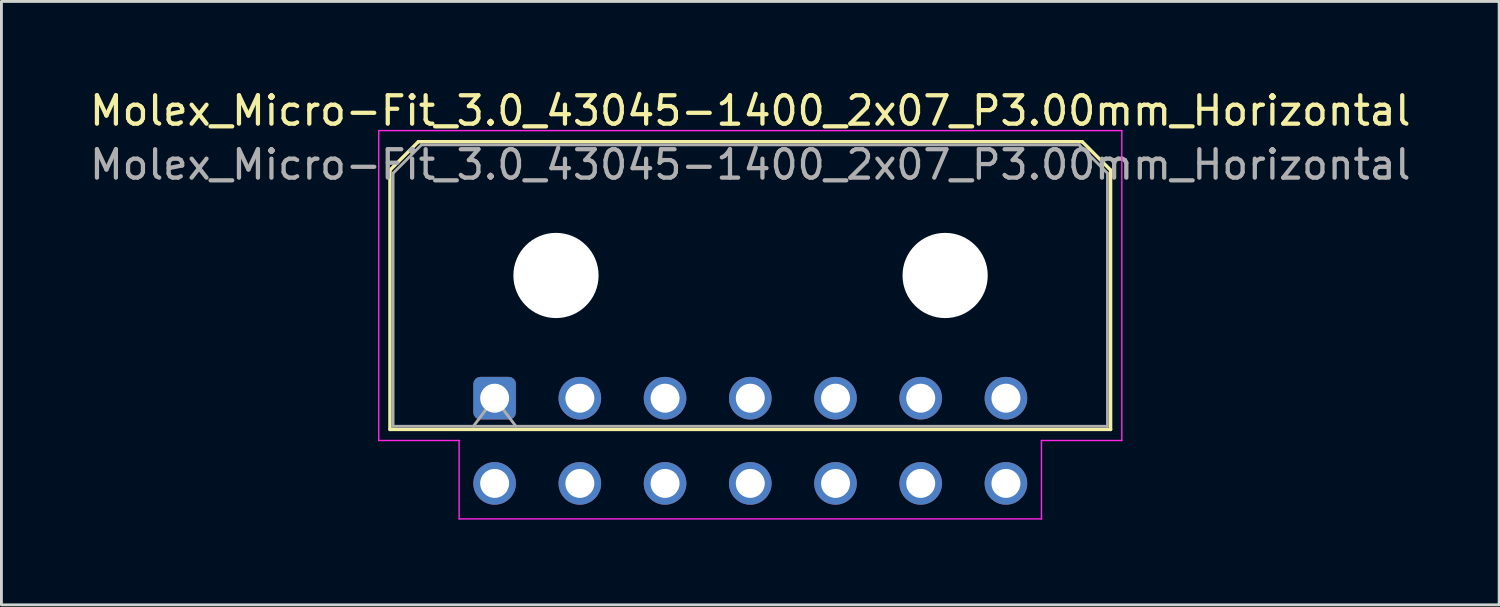
<source format=kicad_pcb>
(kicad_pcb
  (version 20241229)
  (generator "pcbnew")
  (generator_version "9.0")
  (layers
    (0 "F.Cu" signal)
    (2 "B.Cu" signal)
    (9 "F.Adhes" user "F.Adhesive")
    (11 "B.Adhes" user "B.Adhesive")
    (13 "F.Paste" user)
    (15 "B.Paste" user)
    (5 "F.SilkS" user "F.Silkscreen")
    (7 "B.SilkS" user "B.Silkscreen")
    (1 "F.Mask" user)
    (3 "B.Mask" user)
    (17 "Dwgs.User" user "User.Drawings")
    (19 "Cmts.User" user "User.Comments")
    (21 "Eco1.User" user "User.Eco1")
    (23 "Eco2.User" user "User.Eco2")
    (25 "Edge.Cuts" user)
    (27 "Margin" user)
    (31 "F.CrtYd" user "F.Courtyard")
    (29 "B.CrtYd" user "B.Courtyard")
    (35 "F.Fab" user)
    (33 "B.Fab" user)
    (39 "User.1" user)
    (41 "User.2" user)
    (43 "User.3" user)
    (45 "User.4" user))
  (footprint "Molex_Micro-Fit_3.0_43045-1400_2x07_P3.00mm_Horizontal"
    (layer "F.Cu")
    (at 14.363 10.968)
    (property "Reference" "Molex_Micro-Fit_3.0_43045-1400_2x07_P3.00mm_Horizontal" (at 9 -10.12 0) (layer "F.SilkS") (effects (font (size 1 1) (thickness 0.15))))
    (attr through_hole)
    (fp_line (start -3.685 -8.03) (end -2.685 -9.03) (stroke (width 0.12) (type solid)) (layer "F.SilkS"))
    (fp_line (start -3.685 1.1) (end -3.685 -8.03) (stroke (width 0.12) (type solid)) (layer "F.SilkS"))
    (fp_line (start -2.685 -9.03) (end 20.685 -9.03) (stroke (width 0.12) (type solid)) (layer "F.SilkS"))
    (fp_line (start 20.685 -9.03) (end 21.685 -8.03) (stroke (width 0.12) (type solid)) (layer "F.SilkS"))
    (fp_line (start 21.685 -8.03) (end 21.685 1.1) (stroke (width 0.12) (type solid)) (layer "F.SilkS"))
    (fp_line (start 21.685 1.1) (end -3.685 1.1) (stroke (width 0.12) (type solid)) (layer "F.SilkS"))
    (fp_line (start -4.08 -9.42) (end 22.08 -9.42) (stroke (width 0.05) (type solid)) (layer "F.CrtYd"))
    (fp_line (start -4.08 1.49) (end -4.08 -9.42) (stroke (width 0.05) (type solid)) (layer "F.CrtYd"))
    (fp_line (start -1.25 1.49) (end -4.08 1.49) (stroke (width 0.05) (type solid)) (layer "F.CrtYd"))
    (fp_line (start -1.25 4.25) (end -1.25 1.49) (stroke (width 0.05) (type solid)) (layer "F.CrtYd"))
    (fp_line (start 19.25 1.49) (end 19.25 4.25) (stroke (width 0.05) (type solid)) (layer "F.CrtYd"))
    (fp_line (start 19.25 4.25) (end -1.25 4.25) (stroke (width 0.05) (type solid)) (layer "F.CrtYd"))
    (fp_line (start 22.08 -9.42) (end 22.08 1.49) (stroke (width 0.05) (type solid)) (layer "F.CrtYd"))
    (fp_line (start 22.08 1.49) (end 19.25 1.49) (stroke (width 0.05) (type solid)) (layer "F.CrtYd"))
    (fp_line (start -3.575 -7.92) (end -2.575 -8.92) (stroke (width 0.1) (type solid)) (layer "F.Fab"))
    (fp_line (start -3.575 0.99) (end -3.575 -7.92) (stroke (width 0.1) (type solid)) (layer "F.Fab"))
    (fp_line (start -2.575 -8.92) (end 20.575 -8.92) (stroke (width 0.1) (type solid)) (layer "F.Fab"))
    (fp_line (start -0.75 0.99) (end 0 0) (stroke (width 0.1) (type solid)) (layer "F.Fab"))
    (fp_line (start 0 0) (end 0.75 0.99) (stroke (width 0.1) (type solid)) (layer "F.Fab"))
    (fp_line (start 20.575 -8.92) (end 21.575 -7.92) (stroke (width 0.1) (type solid)) (layer "F.Fab"))
    (fp_line (start 21.575 -7.92) (end 21.575 0.99) (stroke (width 0.1) (type solid)) (layer "F.Fab"))
    (fp_line (start 21.575 0.99) (end -3.575 0.99) (stroke (width 0.1) (type solid)) (layer "F.Fab"))
    (fp_text user "${REFERENCE}" (at 9 -8.22 0) (layer "F.Fab") (effects (font (size 1 1) (thickness 0.15))))
    (pad "" np_thru_hole circle (at 2.16 -4.32) (size 3 3) (drill 3) (layers "*.Cu" "*.Mask"))
    (pad "" np_thru_hole circle (at 15.86 -4.32) (size 3 3) (drill 3) (layers "*.Cu" "*.Mask"))
    (pad "1" thru_hole roundrect (at 0 0) (size 1.5 1.5) (drill 1.02) (layers "*.Cu" "*.Mask") (roundrect_rratio 0.167))
    (pad "2" thru_hole circle (at 3 0) (size 1.5 1.5) (drill 1.02) (layers "*.Cu" "*.Mask"))
    (pad "3" thru_hole circle (at 6 0) (size 1.5 1.5) (drill 1.02) (layers "*.Cu" "*.Mask"))
    (pad "4" thru_hole circle (at 9 0) (size 1.5 1.5) (drill 1.02) (layers "*.Cu" "*.Mask"))
    (pad "5" thru_hole circle (at 12 0) (size 1.5 1.5) (drill 1.02) (layers "*.Cu" "*.Mask"))
    (pad "6" thru_hole circle (at 15 0) (size 1.5 1.5) (drill 1.02) (layers "*.Cu" "*.Mask"))
    (pad "7" thru_hole circle (at 18 0) (size 1.5 1.5) (drill 1.02) (layers "*.Cu" "*.Mask"))
    (pad "8" thru_hole circle (at 0 3) (size 1.5 1.5) (drill 1.02) (layers "*.Cu" "*.Mask"))
    (pad "9" thru_hole circle (at 3 3) (size 1.5 1.5) (drill 1.02) (layers "*.Cu" "*.Mask"))
    (pad "10" thru_hole circle (at 6 3) (size 1.5 1.5) (drill 1.02) (layers "*.Cu" "*.Mask"))
    (pad "11" thru_hole circle (at 9 3) (size 1.5 1.5) (drill 1.02) (layers "*.Cu" "*.Mask"))
    (pad "12" thru_hole circle (at 12 3) (size 1.5 1.5) (drill 1.02) (layers "*.Cu" "*.Mask"))
    (pad "13" thru_hole circle (at 15 3) (size 1.5 1.5) (drill 1.02) (layers "*.Cu" "*.Mask"))
    (pad "14" thru_hole circle (at 18 3) (size 1.5 1.5) (drill 1.02) (layers "*.Cu" "*.Mask")))
  (gr_rect
    (start -3 -3)
    (end 49.726 18.243)
    (stroke (width 0.1) (type default))
    (fill no)
    (layer "Edge.Cuts")))
</source>
